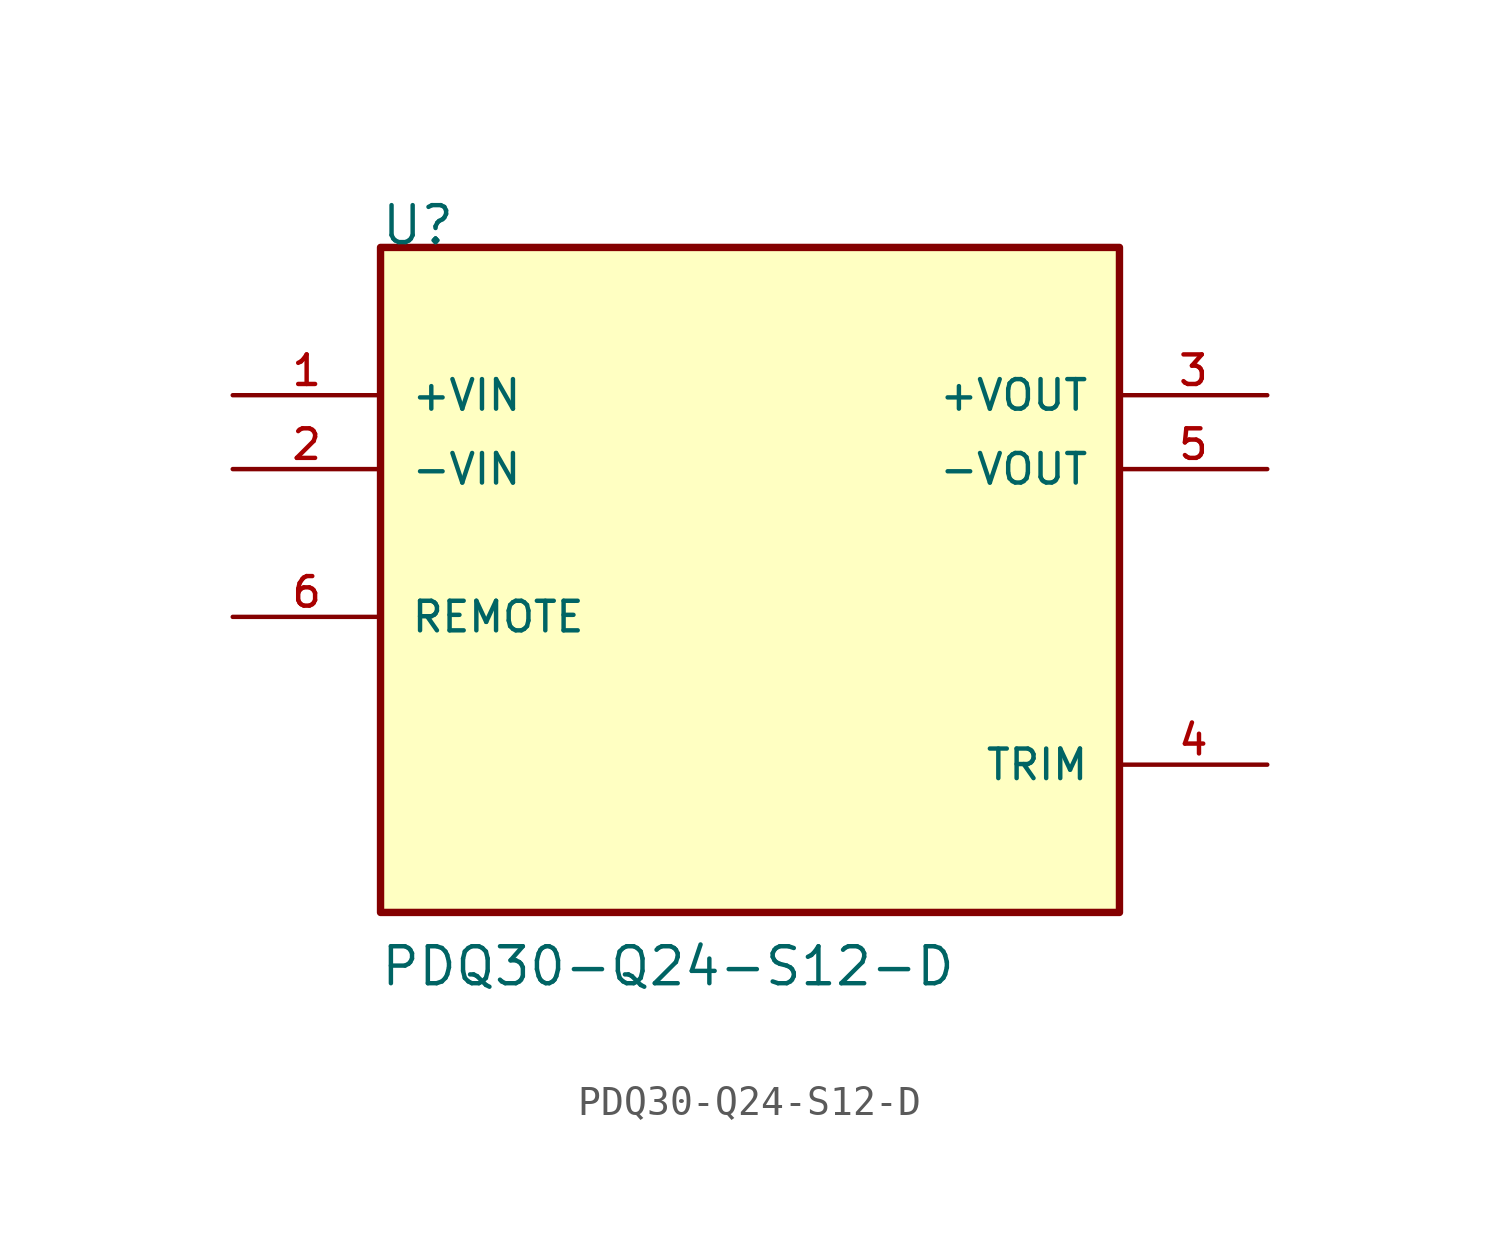
<source format=kicad_sym>
(kicad_symbol_lib
  (version 20231120)
  (generator "kicad_symbol_editor")
  (generator_version "8.0")
  (symbol "PDQ30-Q24-S12-D"
    (pin_names
      (offset 1.016))
    (property "Reference" "U"
      (at -12.724 10.18 0)
      (effects (font (size 1.27 1.27)) (justify left bottom)))
    (property "Value" "PDQ30-Q24-S12-D"
      (at -12.746 -15.295 0)
      (effects (font (size 1.27 1.27)) (justify left bottom)))
    (symbol "PDQ30-Q24-S12-D_0_0"
      (rectangle (start -12.7 -12.7) (end 12.7 10.16) (stroke (width 0.254) (type default)) (fill (type background)))
      (pin input line (at -17.78 5.08 0) (length 5.08) (name "+VIN" (effects (font (size 1.016 1.016)))) (number "1" (effects (font (size 1.016 1.016)))))
      (pin input line (at -17.78 2.54 0) (length 5.08) (name "-VIN" (effects (font (size 1.016 1.016)))) (number "2" (effects (font (size 1.016 1.016)))))
      (pin output line (at 17.78 5.08 180) (length 5.08) (name "+VOUT" (effects (font (size 1.016 1.016)))) (number "3" (effects (font (size 1.016 1.016)))))
      (pin passive line (at 17.78 -7.62 180) (length 5.08) (name "TRIM" (effects (font (size 1.016 1.016)))) (number "4" (effects (font (size 1.016 1.016)))))
      (pin output line (at 17.78 2.54 180) (length 5.08) (name "-VOUT" (effects (font (size 1.016 1.016)))) (number "5" (effects (font (size 1.016 1.016)))))
      (pin input line (at -17.78 -2.54 0) (length 5.08) (name "REMOTE" (effects (font (size 1.016 1.016)))) (number "6" (effects (font (size 1.016 1.016))))))))
</source>
